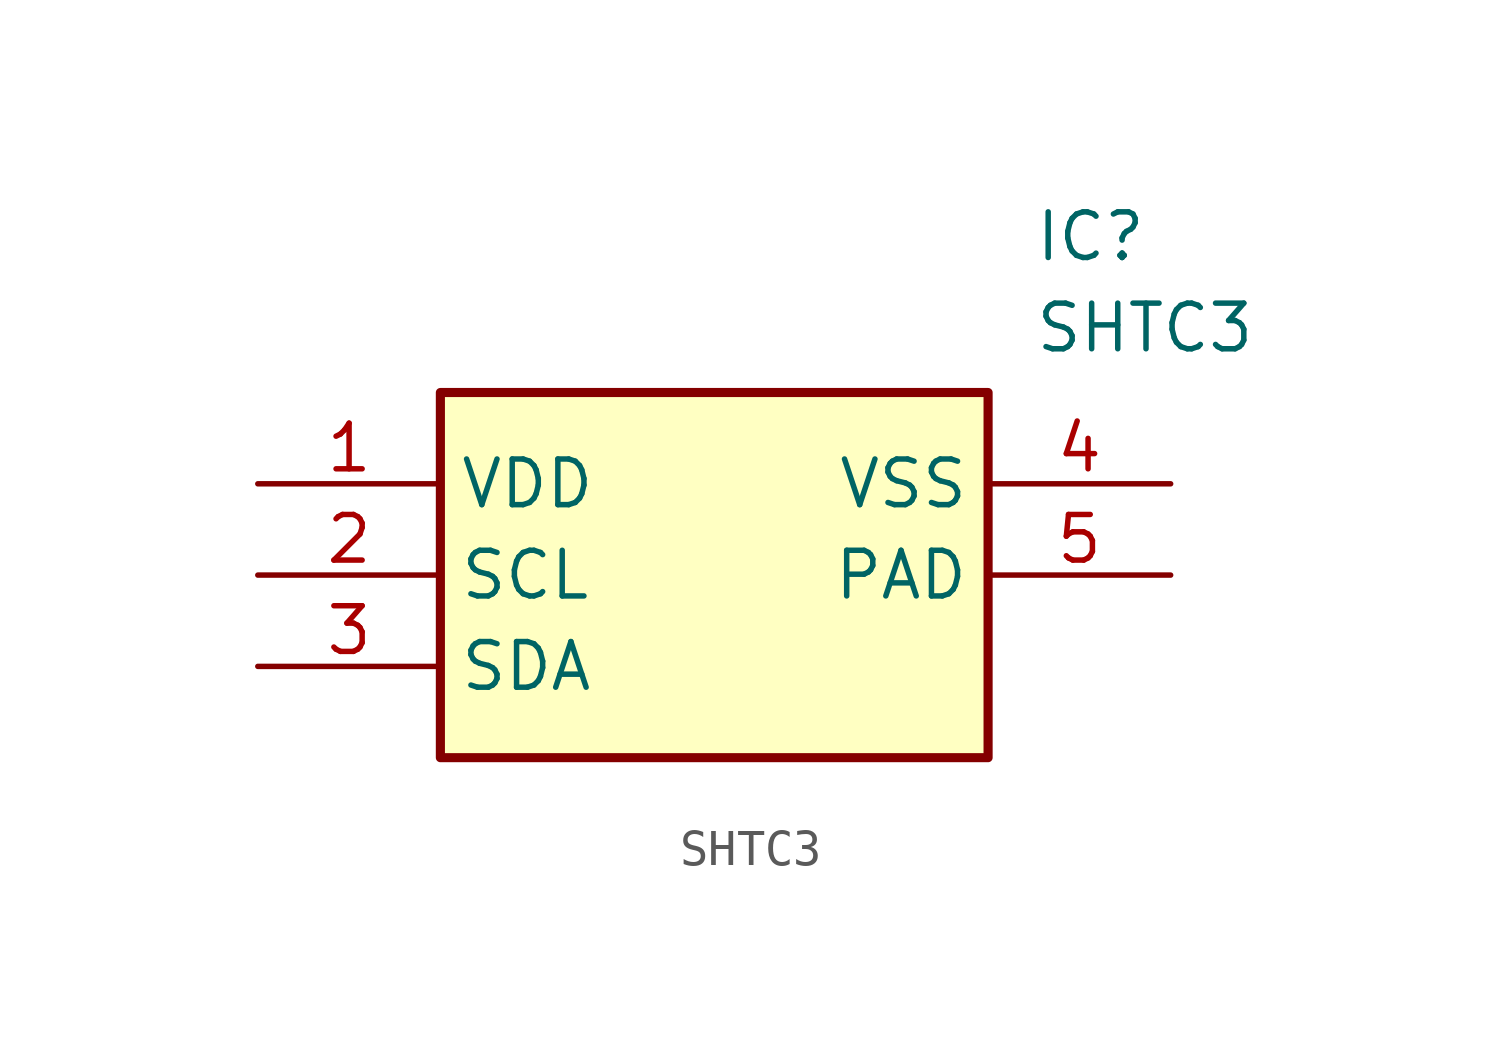
<source format=kicad_sym>
(kicad_symbol_lib
  (version 20211014)
  (generator SamacSys_ECAD_Model)
  (symbol "SHTC3"
    (property "Reference" "IC"
      (at 21.59 7.62 0)
      (effects (font (size 1.27 1.27)) (justify left top)))
    (property "Value" "SHTC3"
      (at 21.59 5.08 0)
      (effects (font (size 1.27 1.27)) (justify left top)))
    (rectangle
      (start 5.08 2.54)
      (end 20.32 -7.62)
      (stroke (width 0.254) (type default))
      (fill (type background)))
    (pin passive line
      (at 0 0 0)
      (length 5.08)
      (name "VDD" (effects (font (size 1.27 1.27))))
      (number "1" (effects (font (size 1.27 1.27)))))
    (pin passive line
      (at 0 -2.54 0)
      (length 5.08)
      (name "SCL" (effects (font (size 1.27 1.27))))
      (number "2" (effects (font (size 1.27 1.27)))))
    (pin passive line
      (at 0 -5.08 0)
      (length 5.08)
      (name "SDA" (effects (font (size 1.27 1.27))))
      (number "3" (effects (font (size 1.27 1.27)))))
    (pin passive line
      (at 25.4 0 180)
      (length 5.08)
      (name "VSS" (effects (font (size 1.27 1.27))))
      (number "4" (effects (font (size 1.27 1.27)))))
    (pin passive line
      (at 25.4 -2.54 180)
      (length 5.08)
      (name "PAD" (effects (font (size 1.27 1.27))))
      (number "5" (effects (font (size 1.27 1.27)))))))
</source>
